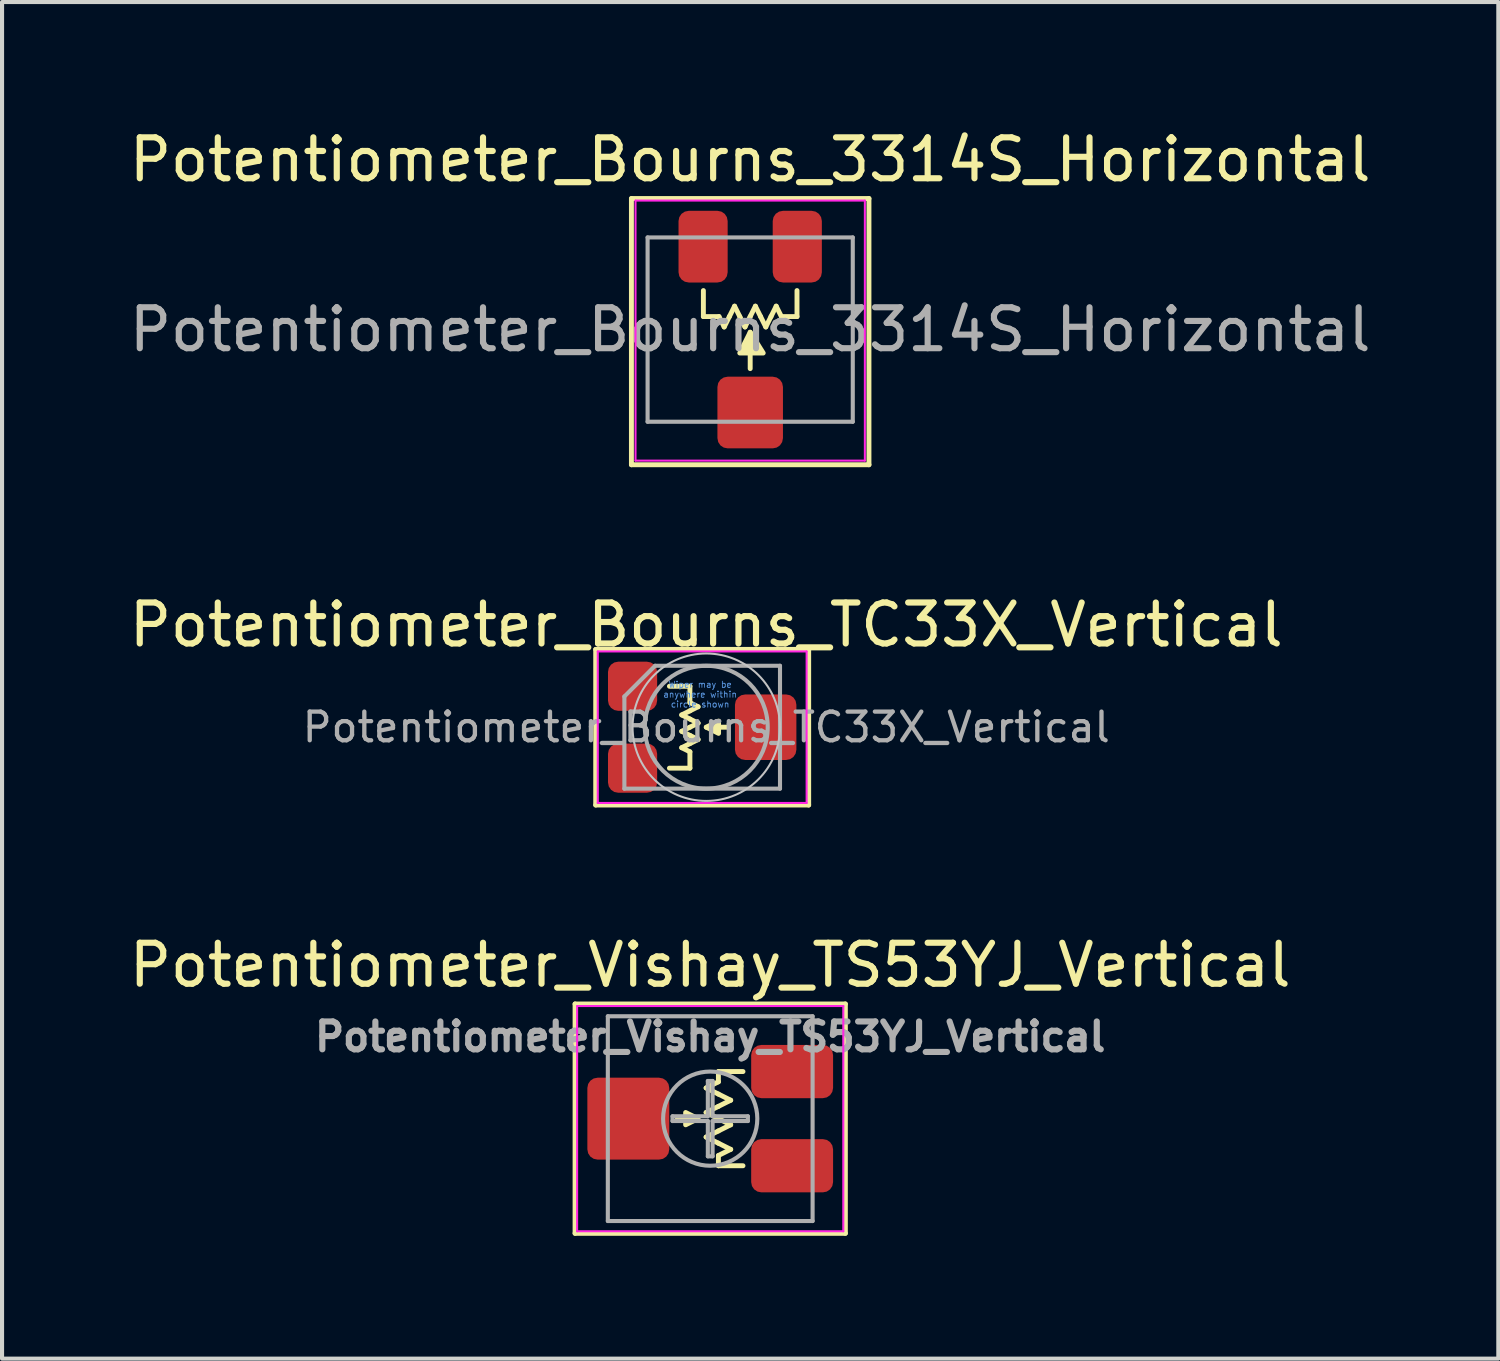
<source format=kicad_pcb>
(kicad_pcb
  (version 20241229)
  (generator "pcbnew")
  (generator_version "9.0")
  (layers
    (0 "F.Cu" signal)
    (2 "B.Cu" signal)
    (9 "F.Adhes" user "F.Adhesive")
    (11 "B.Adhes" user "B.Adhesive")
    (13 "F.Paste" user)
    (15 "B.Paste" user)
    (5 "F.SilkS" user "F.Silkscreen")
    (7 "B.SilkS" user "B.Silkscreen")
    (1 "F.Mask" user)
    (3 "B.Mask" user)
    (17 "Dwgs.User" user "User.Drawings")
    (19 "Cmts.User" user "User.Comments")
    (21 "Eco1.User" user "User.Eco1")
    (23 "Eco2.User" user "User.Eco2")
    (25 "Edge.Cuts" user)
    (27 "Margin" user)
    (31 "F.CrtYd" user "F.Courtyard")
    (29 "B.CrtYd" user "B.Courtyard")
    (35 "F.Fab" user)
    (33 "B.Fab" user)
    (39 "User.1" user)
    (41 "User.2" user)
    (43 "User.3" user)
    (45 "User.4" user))
  (footprint "Potentiometer_Bourns_TC33X_Vertical"
    (layer "F.Cu")
    (at 14.196 14.707)
    (property "Reference" "Potentiometer_Bourns_TC33X_Vertical" (at 0 -2.5 0) (layer "F.SilkS") (effects (font (size 1 1) (thickness 0.15))))
    (attr smd)
    (fp_line (start -2.7 -1.9) (end -2.7 1.9) (stroke (width 0.12) (type solid)) (layer "F.SilkS"))
    (fp_line (start -2.7 1.9) (end 2.5 1.9) (stroke (width 0.12) (type solid)) (layer "F.SilkS"))
    (fp_line (start -0.6 -0.3) (end -0.4 -0.4) (stroke (width 0.12) (type solid)) (layer "F.SilkS"))
    (fp_line (start -0.6 0.1) (end -0.4 0) (stroke (width 0.12) (type solid)) (layer "F.SilkS"))
    (fp_line (start -0.6 0.5) (end -0.4 0.4) (stroke (width 0.12) (type solid)) (layer "F.SilkS"))
    (fp_line (start -0.4 -1) (end -0.9 -1) (stroke (width 0.12) (type solid)) (layer "F.SilkS"))
    (fp_line (start -0.4 -0.6) (end -0.4 -1) (stroke (width 0.12) (type solid)) (layer "F.SilkS"))
    (fp_line (start -0.4 -0.6) (end -0.2 -0.5) (stroke (width 0.12) (type solid)) (layer "F.SilkS"))
    (fp_line (start -0.4 -0.2) (end -0.6 -0.3) (stroke (width 0.12) (type solid)) (layer "F.SilkS"))
    (fp_line (start -0.4 -0.2) (end -0.2 -0.1) (stroke (width 0.12) (type solid)) (layer "F.SilkS"))
    (fp_line (start -0.4 0.2) (end -0.6 0.1) (stroke (width 0.12) (type solid)) (layer "F.SilkS"))
    (fp_line (start -0.4 0.2) (end -0.2 0.3) (stroke (width 0.12) (type solid)) (layer "F.SilkS"))
    (fp_line (start -0.4 0.6) (end -0.6 0.5) (stroke (width 0.12) (type solid)) (layer "F.SilkS"))
    (fp_line (start -0.4 0.6) (end -0.4 1) (stroke (width 0.12) (type solid)) (layer "F.SilkS"))
    (fp_line (start -0.4 1) (end -0.9 1) (stroke (width 0.12) (type solid)) (layer "F.SilkS"))
    (fp_line (start -0.2 -0.5) (end -0.4 -0.4) (stroke (width 0.12) (type solid)) (layer "F.SilkS"))
    (fp_line (start -0.2 -0.1) (end -0.4 0) (stroke (width 0.12) (type solid)) (layer "F.SilkS"))
    (fp_line (start -0.2 0.3) (end -0.4 0.4) (stroke (width 0.12) (type solid)) (layer "F.SilkS"))
    (fp_line (start 0 0) (end 0.5 0) (stroke (width 0.12) (type solid)) (layer "F.SilkS"))
    (fp_line (start 2.5 -1.9) (end -2.7 -1.9) (stroke (width 0.12) (type solid)) (layer "F.SilkS"))
    (fp_line (start 2.5 1.9) (end 2.5 -1.9) (stroke (width 0.12) (type solid)) (layer "F.SilkS"))
    (fp_poly (pts (xy 0.3 0.15) (xy 0 0) (xy 0.3 -0.15)) (stroke (width 0.12) (type solid)) (fill yes) (layer "F.SilkS"))
    (fp_circle (center 0 0) (end 1.8 0) (stroke (width 0.05) (type solid)) (fill no) (layer "Dwgs.User"))
    (fp_line (start -2.65 -1.85) (end 2.45 -1.85) (stroke (width 0.05) (type solid)) (layer "F.CrtYd"))
    (fp_line (start -2.65 1.85) (end -2.65 -1.85) (stroke (width 0.05) (type solid)) (layer "F.CrtYd"))
    (fp_line (start 2.45 -1.85) (end 2.45 1.85) (stroke (width 0.05) (type solid)) (layer "F.CrtYd"))
    (fp_line (start 2.45 1.85) (end -2.65 1.85) (stroke (width 0.05) (type solid)) (layer "F.CrtYd"))
    (fp_line (start -2 -0.75) (end -2 1.5) (stroke (width 0.1) (type solid)) (layer "F.Fab"))
    (fp_line (start -2 1.5) (end 1.8 1.5) (stroke (width 0.1) (type solid)) (layer "F.Fab"))
    (fp_line (start -1.25 -1.5) (end -2 -0.75) (stroke (width 0.1) (type solid)) (layer "F.Fab"))
    (fp_line (start 1.8 -1.5) (end -1.25 -1.5) (stroke (width 0.1) (type solid)) (layer "F.Fab"))
    (fp_line (start 1.8 1.5) (end 1.8 -1.5) (stroke (width 0.1) (type solid)) (layer "F.Fab"))
    (fp_circle (center 0 0) (end 1.5 0) (stroke (width 0.1) (type solid)) (fill no) (layer "F.Fab"))
    (fp_text user "Wiper may be\nanywhere within\ncircle shown" (at -0.15 -0.8 0) (layer "Cmts.User") (effects (font (size 0.15 0.15) (thickness 0.02))))
    (fp_text user "${REFERENCE}" (at 0 0 0) (layer "F.Fab") (effects (font (size 0.7 0.7) (thickness 0.105))))
    (pad "1" smd roundrect (at -1.8 -1) (size 1.2 1.2) (layers "F.Cu" "F.Mask" "F.Paste") (roundrect_rratio 0.208))
    (pad "2" smd roundrect (at 1.45 0) (size 1.5 1.6) (layers "F.Cu" "F.Mask" "F.Paste") (roundrect_rratio 0.167))
    (pad "3" smd roundrect (at -1.8 1) (size 1.2 1.2) (layers "F.Cu" "F.Mask" "F.Paste") (roundrect_rratio 0.208)))
  (footprint "Potentiometer_Bourns_3314S_Horizontal"
    (layer "F.Cu")
    (at 15.268 4.998)
    (property "Reference" "Potentiometer_Bourns_3314S_Horizontal" (at 0 -4.15 0) (layer "F.SilkS") (effects (font (size 1 1) (thickness 0.15))))
    (attr smd)
    (fp_line (start -2.9 -3.2) (end 2.9 -3.2) (stroke (width 0.12) (type solid)) (layer "F.SilkS"))
    (fp_line (start -2.9 3.3) (end -2.9 -3.2) (stroke (width 0.12) (type solid)) (layer "F.SilkS"))
    (fp_line (start -1.143 -0.318) (end -1.143 -0.953) (stroke (width 0.12) (type solid)) (layer "F.SilkS"))
    (fp_line (start -0.762 -0.318) (end -1.143 -0.318) (stroke (width 0.12) (type solid)) (layer "F.SilkS"))
    (fp_line (start -0.762 -0.318) (end -0.635 -0.064) (stroke (width 0.12) (type solid)) (layer "F.SilkS"))
    (fp_line (start -0.635 -0.064) (end -0.508 -0.318) (stroke (width 0.12) (type solid)) (layer "F.SilkS"))
    (fp_line (start -0.381 -0.572) (end -0.508 -0.318) (stroke (width 0.12) (type solid)) (layer "F.SilkS"))
    (fp_line (start -0.254 -0.318) (end -0.381 -0.572) (stroke (width 0.12) (type solid)) (layer "F.SilkS"))
    (fp_line (start -0.254 -0.318) (end -0.127 -0.064) (stroke (width 0.12) (type solid)) (layer "F.SilkS"))
    (fp_line (start -0.127 -0.064) (end 0 -0.318) (stroke (width 0.12) (type solid)) (layer "F.SilkS"))
    (fp_line (start 0 0.064) (end 0 0.953) (stroke (width 0.12) (type solid)) (layer "F.SilkS"))
    (fp_line (start 0.127 -0.572) (end 0 -0.318) (stroke (width 0.12) (type solid)) (layer "F.SilkS"))
    (fp_line (start 0.254 -0.318) (end 0.127 -0.572) (stroke (width 0.12) (type solid)) (layer "F.SilkS"))
    (fp_line (start 0.254 -0.318) (end 0.381 -0.064) (stroke (width 0.12) (type solid)) (layer "F.SilkS"))
    (fp_line (start 0.381 -0.064) (end 0.508 -0.318) (stroke (width 0.12) (type solid)) (layer "F.SilkS"))
    (fp_line (start 0.635 -0.572) (end 0.508 -0.318) (stroke (width 0.12) (type solid)) (layer "F.SilkS"))
    (fp_line (start 0.762 -0.318) (end 0.635 -0.572) (stroke (width 0.12) (type solid)) (layer "F.SilkS"))
    (fp_line (start 1.143 -0.953) (end 1.143 -0.318) (stroke (width 0.12) (type solid)) (layer "F.SilkS"))
    (fp_line (start 1.143 -0.318) (end 0.762 -0.318) (stroke (width 0.12) (type solid)) (layer "F.SilkS"))
    (fp_line (start 2.9 -3.2) (end 2.9 3.3) (stroke (width 0.12) (type solid)) (layer "F.SilkS"))
    (fp_line (start 2.9 3.3) (end -2.9 3.3) (stroke (width 0.12) (type solid)) (layer "F.SilkS"))
    (fp_poly (pts (xy 0.318 0.572) (xy -0.254 0.572) (xy 0 0.064)) (stroke (width 0.12) (type solid)) (fill yes) (layer "F.SilkS"))
    (fp_line (start -2.8 -3.15) (end -2.8 3.2) (stroke (width 0.05) (type solid)) (layer "F.CrtYd"))
    (fp_line (start -2.8 3.2) (end 2.8 3.2) (stroke (width 0.05) (type solid)) (layer "F.CrtYd"))
    (fp_line (start 2.8 -3.15) (end -2.8 -3.15) (stroke (width 0.05) (type solid)) (layer "F.CrtYd"))
    (fp_line (start 2.8 3.2) (end 2.8 -3.15) (stroke (width 0.05) (type solid)) (layer "F.CrtYd"))
    (fp_line (start -2.505 -2.25) (end -2.505 2.25) (stroke (width 0.1) (type solid)) (layer "F.Fab"))
    (fp_line (start -2.505 2.25) (end 2.505 2.25) (stroke (width 0.1) (type solid)) (layer "F.Fab"))
    (fp_line (start 2.505 -2.25) (end -2.505 -2.25) (stroke (width 0.1) (type solid)) (layer "F.Fab"))
    (fp_line (start 2.505 2.25) (end 2.505 -2.25) (stroke (width 0.1) (type solid)) (layer "F.Fab"))
    (fp_text user "${REFERENCE}" (at 0 0 0) (layer "F.Fab") (effects (font (size 1 1) (thickness 0.15))))
    (pad "1" smd roundrect (at 1.15 -2.025) (size 1.2 1.75) (layers "F.Cu" "F.Mask" "F.Paste") (roundrect_rratio 0.208))
    (pad "2" smd roundrect (at 0 2.025) (size 1.6 1.75) (layers "F.Cu" "F.Mask" "F.Paste") (roundrect_rratio 0.156))
    (pad "3" smd roundrect (at -1.15 -2.025) (size 1.2 1.75) (layers "F.Cu" "F.Mask" "F.Paste") (roundrect_rratio 0.208)))
  (footprint "Potentiometer_Vishay_TS53YJ_Vertical"
    (layer "F.Cu")
    (at 14.292 24.265)
    (property "Reference" "Potentiometer_Vishay_TS53YJ_Vertical" (at 0 -3.75 0) (layer "F.SilkS") (effects (font (size 1 1) (thickness 0.15))))
    (attr smd)
    (fp_line (start -3.3 -2.8) (end 3.3 -2.8) (stroke (width 0.12) (type solid)) (layer "F.SilkS"))
    (fp_line (start -3.3 2.8) (end -3.3 -2.8) (stroke (width 0.12) (type solid)) (layer "F.SilkS"))
    (fp_line (start -0.3 0) (end -0.8 0) (stroke (width 0.12) (type solid)) (layer "F.SilkS"))
    (fp_line (start -0.1 -0.75) (end 0.2 -0.9) (stroke (width 0.12) (type solid)) (layer "F.SilkS"))
    (fp_line (start -0.1 -0.15) (end 0.2 -0.3) (stroke (width 0.12) (type solid)) (layer "F.SilkS"))
    (fp_line (start -0.1 0.45) (end 0.2 0.3) (stroke (width 0.12) (type solid)) (layer "F.SilkS"))
    (fp_line (start 0.2 -1.15) (end 0.8 -1.15) (stroke (width 0.12) (type solid)) (layer "F.SilkS"))
    (fp_line (start 0.2 -0.9) (end 0.2 -1.15) (stroke (width 0.12) (type solid)) (layer "F.SilkS"))
    (fp_line (start 0.2 -0.6) (end -0.1 -0.75) (stroke (width 0.12) (type solid)) (layer "F.SilkS"))
    (fp_line (start 0.2 -0.6) (end 0.5 -0.45) (stroke (width 0.12) (type solid)) (layer "F.SilkS"))
    (fp_line (start 0.2 0) (end -0.1 -0.15) (stroke (width 0.12) (type solid)) (layer "F.SilkS"))
    (fp_line (start 0.2 0) (end 0.5 0.15) (stroke (width 0.12) (type solid)) (layer "F.SilkS"))
    (fp_line (start 0.2 0.6) (end -0.1 0.45) (stroke (width 0.12) (type solid)) (layer "F.SilkS"))
    (fp_line (start 0.2 0.6) (end 0.5 0.75) (stroke (width 0.12) (type solid)) (layer "F.SilkS"))
    (fp_line (start 0.2 0.9) (end 0.2 1.15) (stroke (width 0.12) (type solid)) (layer "F.SilkS"))
    (fp_line (start 0.2 1.15) (end 0.8 1.15) (stroke (width 0.12) (type solid)) (layer "F.SilkS"))
    (fp_line (start 0.5 -0.45) (end 0.2 -0.3) (stroke (width 0.12) (type solid)) (layer "F.SilkS"))
    (fp_line (start 0.5 0.15) (end 0.2 0.3) (stroke (width 0.12) (type solid)) (layer "F.SilkS"))
    (fp_line (start 0.5 0.75) (end 0.2 0.9) (stroke (width 0.12) (type solid)) (layer "F.SilkS"))
    (fp_line (start 3.3 -2.8) (end 3.3 2.8) (stroke (width 0.12) (type solid)) (layer "F.SilkS"))
    (fp_line (start 3.3 2.8) (end -3.3 2.8) (stroke (width 0.12) (type solid)) (layer "F.SilkS"))
    (fp_poly (pts (xy -0.3 0) (xy -0.6 0.15) (xy -0.6 -0.15)) (stroke (width 0.12) (type solid)) (fill yes) (layer "F.SilkS"))
    (fp_line (start -3.25 -2.75) (end -3.25 2.75) (stroke (width 0.05) (type solid)) (layer "F.CrtYd"))
    (fp_line (start -3.25 2.75) (end 3.25 2.75) (stroke (width 0.05) (type solid)) (layer "F.CrtYd"))
    (fp_line (start 3.25 -2.75) (end -3.25 -2.75) (stroke (width 0.05) (type solid)) (layer "F.CrtYd"))
    (fp_line (start 3.25 2.75) (end 3.25 -2.75) (stroke (width 0.05) (type solid)) (layer "F.CrtYd"))
    (fp_line (start -2.5 -2.5) (end -2.5 2.5) (stroke (width 0.1) (type solid)) (layer "F.Fab"))
    (fp_line (start -2.5 2.5) (end 2.5 2.5) (stroke (width 0.1) (type solid)) (layer "F.Fab"))
    (fp_line (start -0.92 -0.058) (end -0.058 -0.058) (stroke (width 0.1) (type solid)) (layer "F.Fab"))
    (fp_line (start -0.92 0.058) (end -0.92 -0.058) (stroke (width 0.1) (type solid)) (layer "F.Fab"))
    (fp_line (start -0.058 -0.92) (end 0.058 -0.92) (stroke (width 0.1) (type solid)) (layer "F.Fab"))
    (fp_line (start -0.058 -0.058) (end -0.058 -0.92) (stroke (width 0.1) (type solid)) (layer "F.Fab"))
    (fp_line (start -0.058 0.058) (end -0.92 0.058) (stroke (width 0.1) (type solid)) (layer "F.Fab"))
    (fp_line (start -0.058 0.92) (end -0.058 0.058) (stroke (width 0.1) (type solid)) (layer "F.Fab"))
    (fp_line (start 0.058 -0.92) (end 0.058 -0.058) (stroke (width 0.1) (type solid)) (layer "F.Fab"))
    (fp_line (start 0.058 -0.058) (end 0.92 -0.058) (stroke (width 0.1) (type solid)) (layer "F.Fab"))
    (fp_line (start 0.058 0.058) (end 0.058 0.92) (stroke (width 0.1) (type solid)) (layer "F.Fab"))
    (fp_line (start 0.058 0.92) (end -0.058 0.92) (stroke (width 0.1) (type solid)) (layer "F.Fab"))
    (fp_line (start 0.92 -0.058) (end 0.92 0.058) (stroke (width 0.1) (type solid)) (layer "F.Fab"))
    (fp_line (start 0.92 0.058) (end 0.058 0.058) (stroke (width 0.1) (type solid)) (layer "F.Fab"))
    (fp_line (start 2.5 -2.5) (end -2.5 -2.5) (stroke (width 0.1) (type solid)) (layer "F.Fab"))
    (fp_line (start 2.5 2.5) (end 2.5 -2.5) (stroke (width 0.1) (type solid)) (layer "F.Fab"))
    (fp_circle (center 0 0) (end 1.15 0) (stroke (width 0.1) (type solid)) (fill no) (layer "F.Fab"))
    (fp_text user "${REFERENCE}" (at 0 -2 0) (layer "F.Fab") (effects (font (size 0.68 0.68) (thickness 0.15))))
    (pad "1" smd roundrect (at 2 -1.15) (size 2 1.3) (layers "F.Cu" "F.Mask" "F.Paste") (roundrect_rratio 0.192))
    (pad "2" smd roundrect (at -2 0) (size 2 2) (layers "F.Cu" "F.Mask" "F.Paste") (roundrect_rratio 0.125))
    (pad "3" smd roundrect (at 2 1.15) (size 2 1.3) (layers "F.Cu" "F.Mask" "F.Paste") (roundrect_rratio 0.192)))
  (gr_rect
    (start -3 -3)
    (end 33.536 30.125)
    (stroke (width 0.1) (type default))
    (fill no)
    (layer "Edge.Cuts")))
</source>
